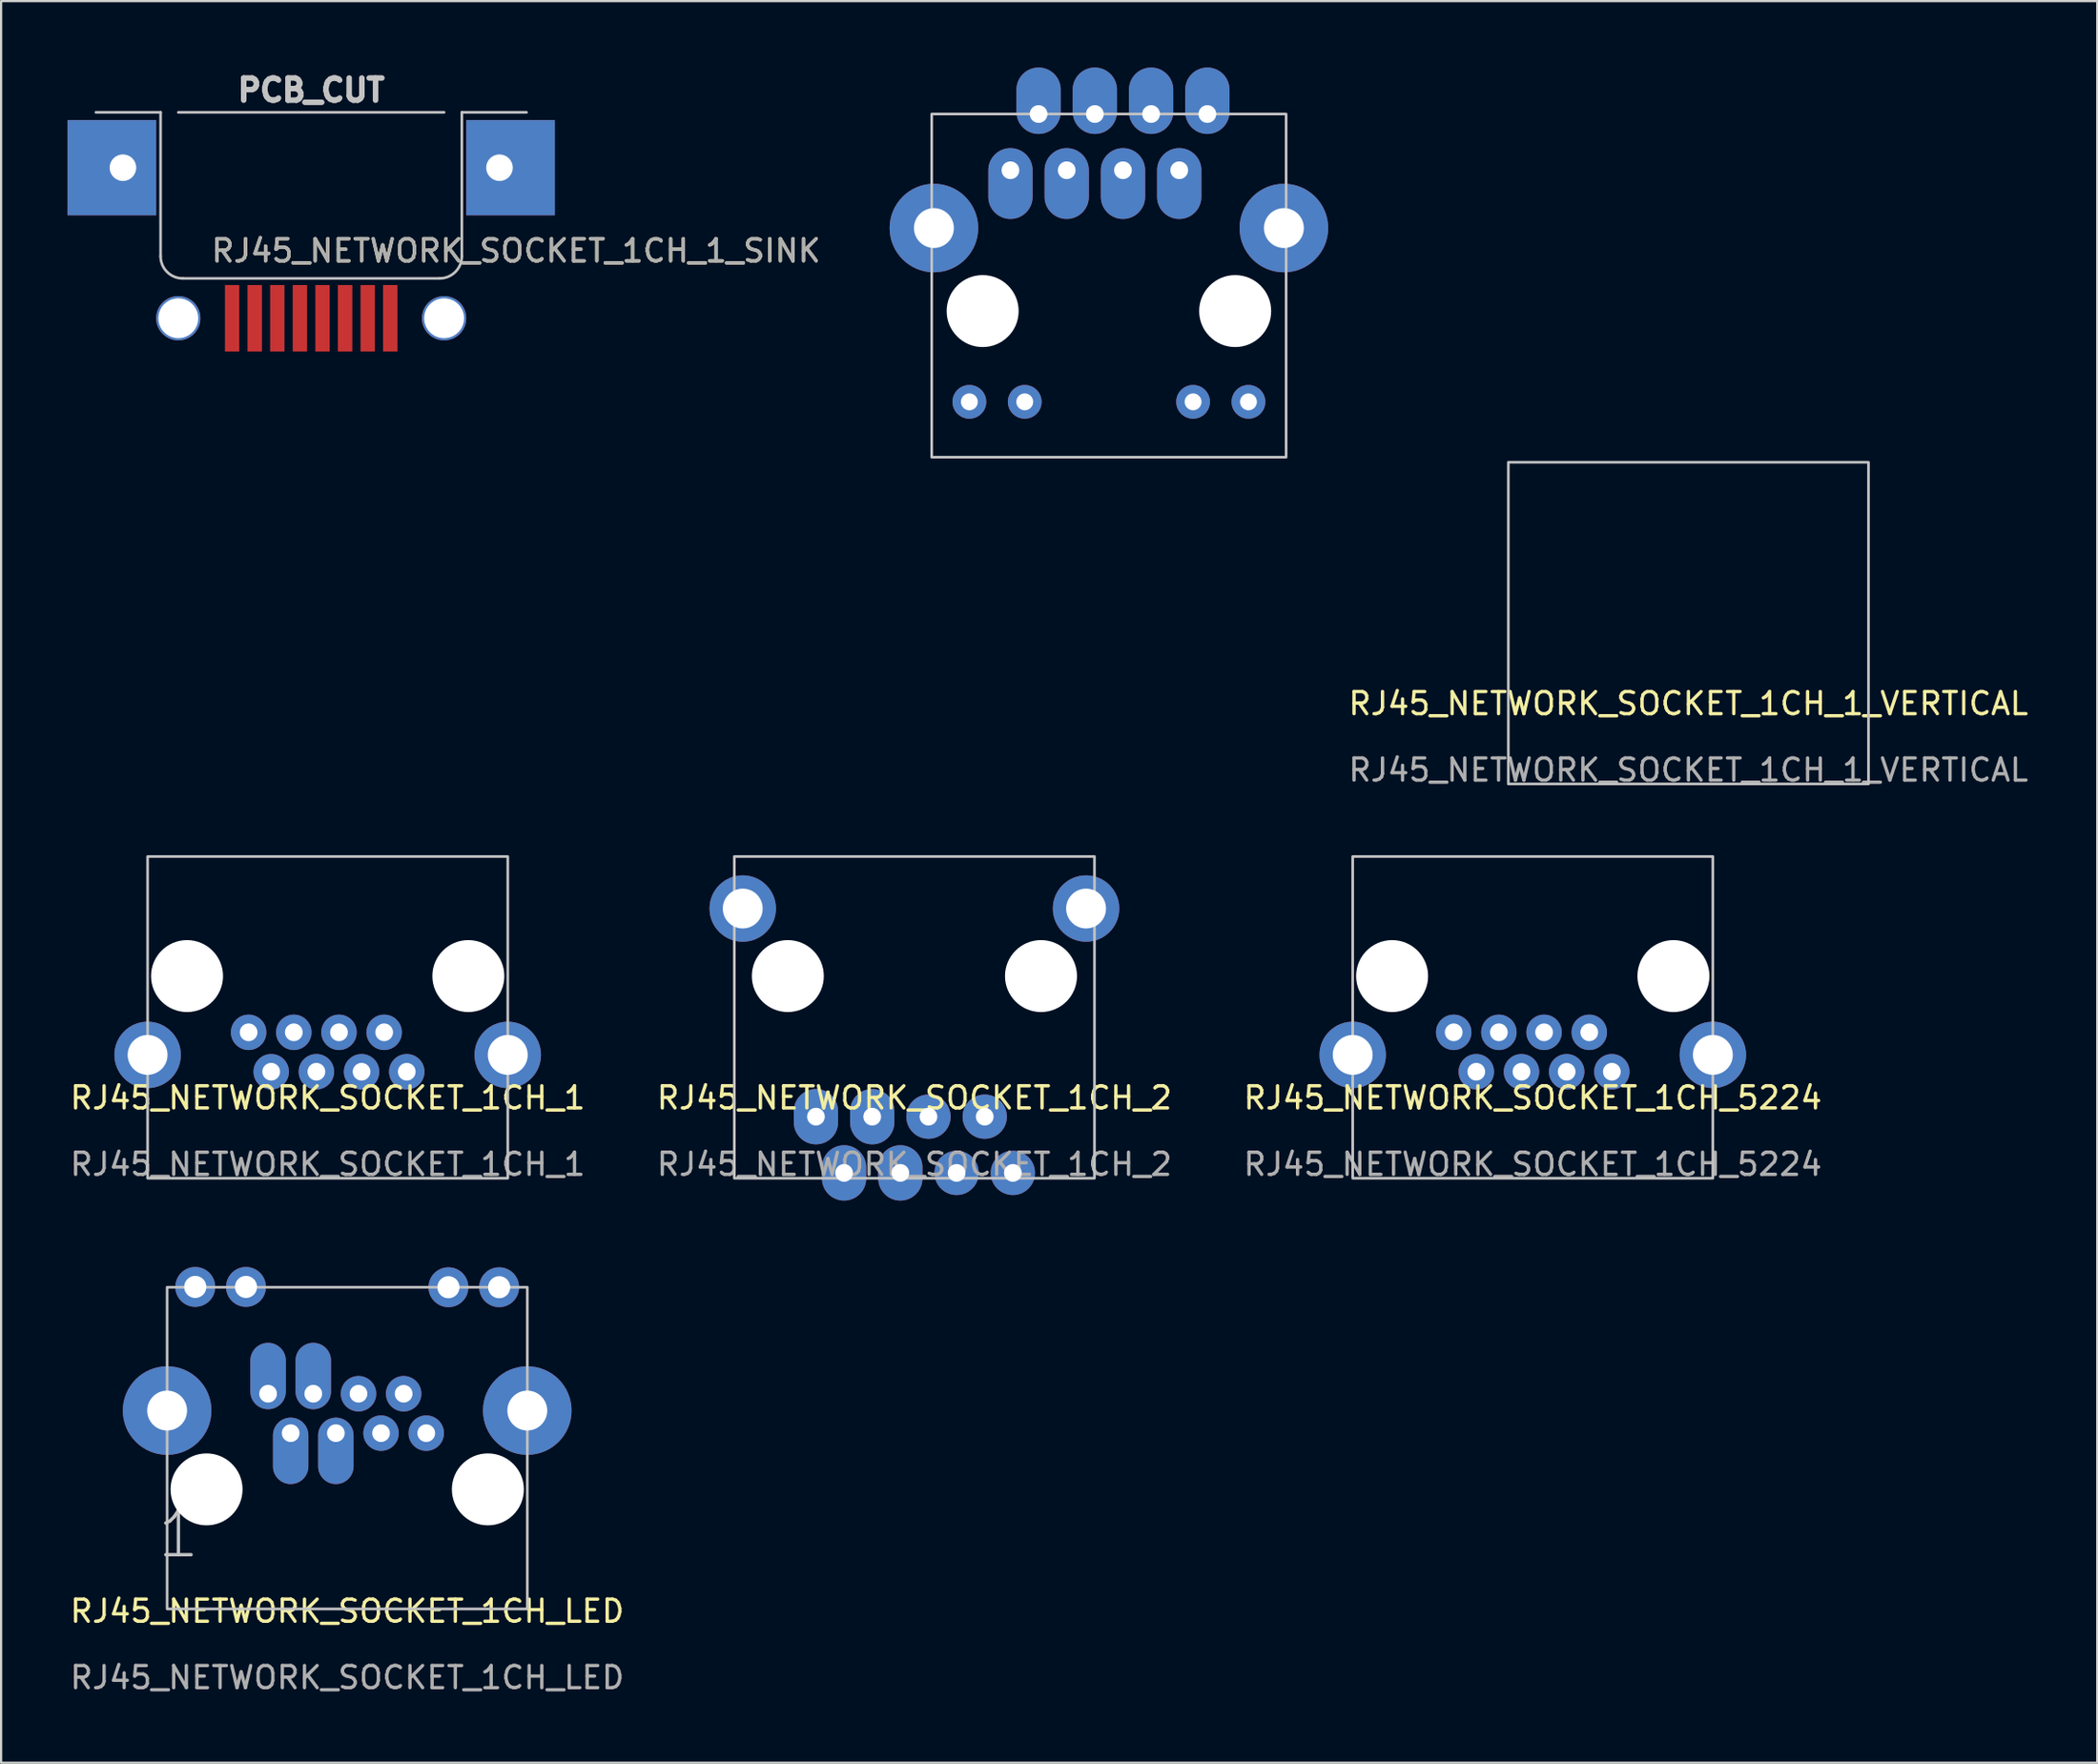
<source format=kicad_pcb>
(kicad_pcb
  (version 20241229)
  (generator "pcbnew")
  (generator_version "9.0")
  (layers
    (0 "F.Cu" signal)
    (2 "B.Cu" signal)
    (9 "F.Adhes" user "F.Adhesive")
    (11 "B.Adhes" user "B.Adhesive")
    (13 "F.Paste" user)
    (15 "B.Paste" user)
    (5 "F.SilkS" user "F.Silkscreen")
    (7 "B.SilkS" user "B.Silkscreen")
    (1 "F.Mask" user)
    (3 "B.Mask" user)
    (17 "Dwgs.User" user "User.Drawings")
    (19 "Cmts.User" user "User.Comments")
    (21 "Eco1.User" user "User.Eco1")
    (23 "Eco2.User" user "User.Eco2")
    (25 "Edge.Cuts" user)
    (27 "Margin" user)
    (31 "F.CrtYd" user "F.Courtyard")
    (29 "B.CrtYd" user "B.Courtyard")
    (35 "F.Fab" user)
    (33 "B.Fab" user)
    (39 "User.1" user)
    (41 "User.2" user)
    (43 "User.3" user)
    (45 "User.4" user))
  (footprint "RJ45_NETWORK_SOCKET_1CH_1"
    (layer "F.Cu")
    (at 11.744 41.036)
    (property "Reference" "RJ45_NETWORK_SOCKET_1CH_1" (at 0 5.5 0) (unlocked yes) (layer "F.SilkS") (effects (font (size 1 1) (thickness 0.15))))
    (attr through_hole)
    (fp_rect (start -8.13 -5.4) (end 8.13 9.13) (stroke (width 0.12) (type solid)) (fill no) (layer "Dwgs.User"))
    (fp_text user "${REFERENCE}" (at 0 8.5 0) (unlocked yes) (layer "F.Fab") (effects (font (size 1 1) (thickness 0.15))))
    (pad "" np_thru_hole circle (at -6.35 0) (size 3.25 3.25) (drill 3.25) (layers "*.Cu" "*.Mask"))
    (pad "" np_thru_hole circle (at 6.35 0) (size 3.25 3.25) (drill 3.25) (layers "*.Cu" "*.Mask"))
    (pad "1" thru_hole oval (at -3.57 2.54) (size 1.6 1.6) (drill 0.8) (layers "*.Cu" "*.Mask"))
    (pad "2" thru_hole oval (at -2.55 4.32) (size 1.6 1.6) (drill 0.8) (layers "*.Cu" "*.Mask"))
    (pad "3" thru_hole oval (at -1.53 2.54) (size 1.6 1.6) (drill 0.8) (layers "*.Cu" "*.Mask"))
    (pad "4" thru_hole oval (at -0.51 4.32) (size 1.6 1.6) (drill 0.8) (layers "*.Cu" "*.Mask"))
    (pad "5" thru_hole oval (at 0.51 2.54) (size 1.6 1.6) (drill 0.8) (layers "*.Cu" "*.Mask"))
    (pad "6" thru_hole oval (at 1.53 4.32) (size 1.6 1.6) (drill 0.8) (layers "*.Cu" "*.Mask"))
    (pad "7" thru_hole oval (at 2.55 2.54) (size 1.6 1.6) (drill 0.8) (layers "*.Cu" "*.Mask"))
    (pad "8" thru_hole oval (at 3.57 4.32) (size 1.6 1.6) (drill 0.8) (layers "*.Cu" "*.Mask"))
    (pad "G" thru_hole circle (at -8.13 3.56) (size 3 3) (drill 1.8) (layers "*.Cu" "*.Mask"))
    (pad "G" thru_hole circle (at 8.13 3.56) (size 3 3) (drill 1.8) (layers "*.Cu" "*.Mask")))
  (footprint "RJ45_NETWORK_SOCKET_1CH_5224"
    (layer "F.Cu")
    (at 66.149 41.036)
    (property "Reference" "RJ45_NETWORK_SOCKET_1CH_5224" (at 0 5.5 0) (unlocked yes) (layer "F.SilkS") (effects (font (size 1 1) (thickness 0.15))))
    (attr through_hole)
    (fp_rect (start -8.13 -5.4) (end 8.13 9.13) (stroke (width 0.12) (type solid)) (fill no) (layer "Dwgs.User"))
    (fp_text user "${REFERENCE}" (at 0 8.5 0) (unlocked yes) (layer "F.Fab") (effects (font (size 1 1) (thickness 0.15))))
    (pad "" np_thru_hole circle (at -6.35 0) (size 3.25 3.25) (drill 3.25) (layers "*.Cu" "*.Mask"))
    (pad "" np_thru_hole circle (at 6.35 0) (size 3.25 3.25) (drill 3.25) (layers "*.Cu" "*.Mask"))
    (pad "1" thru_hole oval (at -3.57 2.54) (size 1.6 1.6) (drill 0.8) (layers "*.Cu" "*.Mask"))
    (pad "2" thru_hole oval (at -2.55 4.32) (size 1.6 1.6) (drill 0.8) (layers "*.Cu" "*.Mask"))
    (pad "3" thru_hole oval (at -1.53 2.54) (size 1.6 1.6) (drill 0.8) (layers "*.Cu" "*.Mask"))
    (pad "4" thru_hole oval (at -0.51 4.32) (size 1.6 1.6) (drill 0.8) (layers "*.Cu" "*.Mask"))
    (pad "5" thru_hole oval (at 0.51 2.54) (size 1.6 1.6) (drill 0.8) (layers "*.Cu" "*.Mask"))
    (pad "6" thru_hole oval (at 1.53 4.32) (size 1.6 1.6) (drill 0.8) (layers "*.Cu" "*.Mask"))
    (pad "7" thru_hole oval (at 2.55 2.54) (size 1.6 1.6) (drill 0.8) (layers "*.Cu" "*.Mask"))
    (pad "8" thru_hole oval (at 3.57 4.32) (size 1.6 1.6) (drill 0.8) (layers "*.Cu" "*.Mask"))
    (pad "G" thru_hole circle (at -8.13 3.56) (size 3 3) (drill 1.8) (layers "*.Cu" "*.Mask"))
    (pad "G" thru_hole circle (at 8.13 3.56) (size 3 3) (drill 1.8) (layers "*.Cu" "*.Mask")))
  (footprint "RJ45_NETWORK_SOCKET_1CH_1_VERTICAL"
    (layer "F.Cu")
    (at 47.013 15.1)
    (property "Reference" "RJ45_NETWORK_SOCKET_1CH_1_VERTICAL" (at 26.162 13.628 0) (unlocked yes) (layer "F.SilkS") (effects (font (size 1 1) (thickness 0.15))))
    (attr through_hole)
    (fp_rect (start -8 2.5) (end 8 -13) (stroke (width 0.12) (type solid)) (fill no) (layer "Dwgs.User"))
    (fp_rect (start 18.032 2.728) (end 34.292 17.258) (stroke (width 0.12) (type solid)) (fill no) (layer "Dwgs.User"))
    (fp_text user "${REFERENCE}" (at 26.162 16.628 0) (unlocked yes) (layer "F.Fab") (effects (font (size 1 1) (thickness 0.15))))
    (pad "" np_thru_hole circle (at -5.7 -4.1) (size 3.25 3.25) (drill 3.25) (layers "*.Cu" "*.Mask"))
    (pad "" np_thru_hole circle (at 5.7 -4.1) (size 3.25 3.25) (drill 3.25) (layers "*.Cu" "*.Mask"))
    (pad "1.1" thru_hole oval (at 4.445 -13) (size 2 3) (drill 0.8 (offset 0 -0.6)) (layers "*.Cu" "*.Mask"))
    (pad "1.2" thru_hole oval (at 3.175 -10.46) (size 2 3.2) (drill 0.8 (offset 0 0.6)) (layers "*.Cu" "*.Mask"))
    (pad "1.3" thru_hole oval (at 1.905 -13) (size 2 3) (drill 0.8 (offset 0 -0.6)) (layers "*.Cu" "*.Mask"))
    (pad "1.4" thru_hole oval (at 0.635 -10.46) (size 2 3.2) (drill 0.8 (offset 0 0.6)) (layers "*.Cu" "*.Mask"))
    (pad "1.5" thru_hole oval (at -0.635 -13) (size 2 3) (drill 0.8 (offset 0 -0.6)) (layers "*.Cu" "*.Mask"))
    (pad "1.6" thru_hole oval (at -1.905 -10.46) (size 2 3.2) (drill 0.8 (offset 0 0.6)) (layers "*.Cu" "*.Mask"))
    (pad "1.7" thru_hole oval (at -3.175 -13) (size 2 3) (drill 0.8 (offset 0 -0.6)) (layers "*.Cu" "*.Mask"))
    (pad "1.8" thru_hole oval (at -4.445 -10.46) (size 2 3.2) (drill 0.8 (offset 0 0.6)) (layers "*.Cu" "*.Mask"))
    (pad "1.9" thru_hole circle (at 6.3 0) (size 1.524 1.524) (drill 0.762) (layers "*.Cu" "*.Mask"))
    (pad "1.10" thru_hole circle (at 3.8 0) (size 1.524 1.524) (drill 0.762) (layers "*.Cu" "*.Mask"))
    (pad "1.11" thru_hole circle (at -3.8 0) (size 1.524 1.524) (drill 0.762) (layers "*.Cu" "*.Mask"))
    (pad "1.12" thru_hole circle (at -6.3 0) (size 1.524 1.524) (drill 0.762) (layers "*.Cu" "*.Mask"))
    (pad "G" thru_hole circle (at -7.9 -7.85) (size 4 4) (drill 1.8) (layers "*.Cu" "*.Mask"))
    (pad "G" thru_hole circle (at 7.9 -7.85) (size 4 4) (drill 1.8) (layers "*.Cu" "*.Mask")))
  (footprint "RJ45_NETWORK_SOCKET_1CH_2"
    (layer "F.Cu")
    (at 38.232 41.036)
    (property "Reference" "RJ45_NETWORK_SOCKET_1CH_2" (at 0 5.5 0) (unlocked yes) (layer "F.SilkS") (effects (font (size 1 1) (thickness 0.15))))
    (attr through_hole)
    (fp_rect (start -8.13 -5.4) (end 8.13 9.13) (stroke (width 0.12) (type solid)) (fill no) (layer "Dwgs.User"))
    (fp_text user "${REFERENCE}" (at 0 8.5 0) (unlocked yes) (layer "F.Fab") (effects (font (size 1 1) (thickness 0.15))))
    (pad "" np_thru_hole circle (at -5.715 0) (size 3.25 3.25) (drill 3.25) (layers "*.Cu" "*.Mask"))
    (pad "" np_thru_hole circle (at 5.715 0) (size 3.25 3.25) (drill 3.25) (layers "*.Cu" "*.Mask"))
    (pad "1" thru_hole oval (at -4.445 6.35) (size 2 2.5) (drill 0.8) (layers "*.Cu" "*.Mask"))
    (pad "2" thru_hole oval (at -3.175 8.89) (size 2 2.5) (drill 0.8) (layers "*.Cu" "*.Mask"))
    (pad "3" thru_hole oval (at -1.905 6.35) (size 2 2.5) (drill 0.8) (layers "*.Cu" "*.Mask"))
    (pad "4" thru_hole oval (at -0.635 8.89) (size 2 2.5) (drill 0.8) (layers "*.Cu" "*.Mask"))
    (pad "5" thru_hole oval (at 0.635 6.35) (size 2 2) (drill 0.8) (layers "*.Cu" "*.Mask"))
    (pad "6" thru_hole oval (at 1.905 8.89) (size 2 2) (drill 0.8) (layers "*.Cu" "*.Mask"))
    (pad "7" thru_hole oval (at 3.175 6.35) (size 2 2) (drill 0.8) (layers "*.Cu" "*.Mask"))
    (pad "8" thru_hole oval (at 4.445 8.89) (size 2 2) (drill 0.8) (layers "*.Cu" "*.Mask"))
    (pad "G" thru_hole circle (at -7.75 -3.05) (size 3 3) (drill 1.8) (layers "*.Cu" "*.Mask"))
    (pad "G" thru_hole circle (at 7.75 -3.05) (size 3 3) (drill 1.8) (layers "*.Cu" "*.Mask")))
  (footprint "RJ45_NETWORK_SOCKET_1CH_LED"
    (layer "F.Cu")
    (at 12.625 64.22)
    (property "Reference" "RJ45_NETWORK_SOCKET_1CH_LED" (at 0 5.5 0) (unlocked yes) (layer "F.SilkS") (effects (font (size 1 1) (thickness 0.15))))
    (attr through_hole)
    (fp_rect (start -8.13 -9.13) (end 8.13 5.4) (stroke (width 0.12) (type solid)) (fill no) (layer "Dwgs.User"))
    (fp_text user "1" (at -7.62 2.032 0) (unlocked yes) (layer "Dwgs.User") (effects (font (size 2 2) (thickness 0.15))))
    (fp_text user "${REFERENCE}" (at 0 8.5 0) (unlocked yes) (layer "F.Fab") (effects (font (size 1 1) (thickness 0.15))))
    (pad "" np_thru_hole circle (at -6.35 0) (size 3.25 3.25) (drill 3.25) (layers "*.Cu" "*.Mask"))
    (pad "" np_thru_hole circle (at 6.35 0) (size 3.25 3.25) (drill 3.25) (layers "*.Cu" "*.Mask"))
    (pad "1.1" thru_hole oval (at -3.572 -4.32) (size 1.6 3) (drill 0.8 (offset 0 -0.8)) (layers "*.Cu" "*.Mask"))
    (pad "1.2" thru_hole oval (at -2.552 -2.54) (size 1.6 3) (drill 0.8 (offset 0 0.8)) (layers "*.Cu" "*.Mask"))
    (pad "1.3" thru_hole oval (at -1.532 -4.32) (size 1.6 3) (drill 0.8 (offset 0 -0.8)) (layers "*.Cu" "*.Mask"))
    (pad "1.4" thru_hole oval (at -0.512 -2.54) (size 1.6 3) (drill 0.8 (offset 0 0.8)) (layers "*.Cu" "*.Mask"))
    (pad "1.5" thru_hole oval (at 0.51 -4.32) (size 1.6 1.6) (drill 0.8) (layers "*.Cu" "*.Mask"))
    (pad "1.6" thru_hole oval (at 1.528 -2.54) (size 1.6 1.6) (drill 0.8) (layers "*.Cu" "*.Mask"))
    (pad "1.7" thru_hole oval (at 2.548 -4.32) (size 1.6 1.6) (drill 0.8) (layers "*.Cu" "*.Mask"))
    (pad "1.8" thru_hole oval (at 3.568 -2.54) (size 1.6 1.6) (drill 0.8) (layers "*.Cu" "*.Mask"))
    (pad "1.9" thru_hole circle (at -6.86 -9.144) (size 1.8 1.8) (drill 1) (layers "*.Cu" "*.Mask"))
    (pad "1.10" thru_hole circle (at -4.57 -9.144) (size 1.8 1.8) (drill 1) (layers "*.Cu" "*.Mask"))
    (pad "1.11" thru_hole circle (at 4.57 -9.13) (size 1.8 1.8) (drill 1) (layers "*.Cu" "*.Mask"))
    (pad "1.12" thru_hole circle (at 6.86 -9.13) (size 1.8 1.8) (drill 1) (layers "*.Cu" "*.Mask"))
    (pad "G" thru_hole oval (at -8.13 -3.56) (size 4 4) (drill 1.8) (layers "*.Cu" "*.Mask"))
    (pad "G" thru_hole oval (at 8.13 -3.56) (size 4 4) (drill 1.8) (layers "*.Cu" "*.Mask")))
  (footprint "RJ45_NETWORK_SOCKET_1CH_1_SINK"
    (layer "F.Cu")
    (at 11 4.524)
    (property "Reference" "RJ45_NETWORK_SOCKET_1CH_1_SINK" (at 9.25 3.75 0) (unlocked yes) (layer "F.SilkS") (effects (font (size 1 1) (thickness 0.15))))
    (attr through_hole)
    (fp_line (start -9.72 -2.5) (end -6.8 -2.5) (stroke (width 0.12) (type solid)) (layer "Dwgs.User"))
    (fp_line (start -6.8 -2.5) (end -6.8 4) (stroke (width 0.12) (type solid)) (layer "Dwgs.User"))
    (fp_line (start -6 -2.5) (end 6 -2.5) (stroke (width 0.12) (type solid)) (layer "Dwgs.User"))
    (fp_line (start -5.8 5) (end 5.8 5) (stroke (width 0.12) (type solid)) (layer "Dwgs.User"))
    (fp_line (start 6.8 -2.5) (end 9.72 -2.5) (stroke (width 0.12) (type solid)) (layer "Dwgs.User"))
    (fp_line (start 6.8 4) (end 6.8 -2.5) (stroke (width 0.12) (type solid)) (layer "Dwgs.User"))
    (fp_arc (start -5.8 5) (mid -6.507106 4.707107) (end -6.8 4) (stroke (width 0.12) (type solid)) (layer "Dwgs.User"))
    (fp_arc (start 6.8 4) (mid 6.507107 4.707106) (end 5.8 5) (stroke (width 0.12) (type solid)) (layer "Dwgs.User"))
    (fp_text user "PCB_CUT" (at 0 -3.5 0) (unlocked yes) (layer "Dwgs.User") (effects (font (size 1 1) (thickness 0.25))))
    (fp_text user "${REFERENCE}" (at 9.25 3.75 0) (unlocked yes) (layer "F.Fab") (effects (font (size 1 1) (thickness 0.15))))
    (pad "" np_thru_hole circle (at -6 6.8) (size 2 2) (drill 1.8) (layers "*.Cu" "*.Mask"))
    (pad "" np_thru_hole circle (at 6 6.8) (size 2 2) (drill 1.8) (layers "*.Cu" "*.Mask"))
    (pad "1.1" smd rect (at 3.57 6.8) (size 0.65 3) (layers "F.Cu" "F.Mask" "F.Paste"))
    (pad "1.2" smd rect (at 2.55 6.8) (size 0.65 3) (layers "F.Cu" "F.Mask" "F.Paste"))
    (pad "1.3" smd rect (at 1.53 6.8) (size 0.65 3) (layers "F.Cu" "F.Mask" "F.Paste"))
    (pad "1.4" smd rect (at 0.51 6.8) (size 0.65 3) (layers "F.Cu" "F.Mask" "F.Paste"))
    (pad "1.5" smd rect (at -0.51 6.8) (size 0.65 3) (layers "F.Cu" "F.Mask" "F.Paste"))
    (pad "1.6" smd rect (at -1.53 6.8) (size 0.65 3) (layers "F.Cu" "F.Mask" "F.Paste"))
    (pad "1.7" smd rect (at -2.55 6.8) (size 0.65 3) (layers "F.Cu" "F.Mask" "F.Paste"))
    (pad "1.8" smd rect (at -3.57 6.8) (size 0.65 3) (layers "F.Cu" "F.Mask" "F.Paste"))
    (pad "G" thru_hole rect (at -8.5 0) (size 4 4.3) (drill 1.2 (offset -0.5 0)) (layers "*.Cu" "*.Mask"))
    (pad "G" thru_hole rect (at 8.5 0) (size 4 4.3) (drill 1.2 (offset 0.5 0)) (layers "*.Cu" "*.Mask")))
  (gr_rect
    (start -3 -3)
    (end 91.633 76.569)
    (stroke (width 0.1) (type default))
    (fill no)
    (layer "Edge.Cuts")))
</source>
